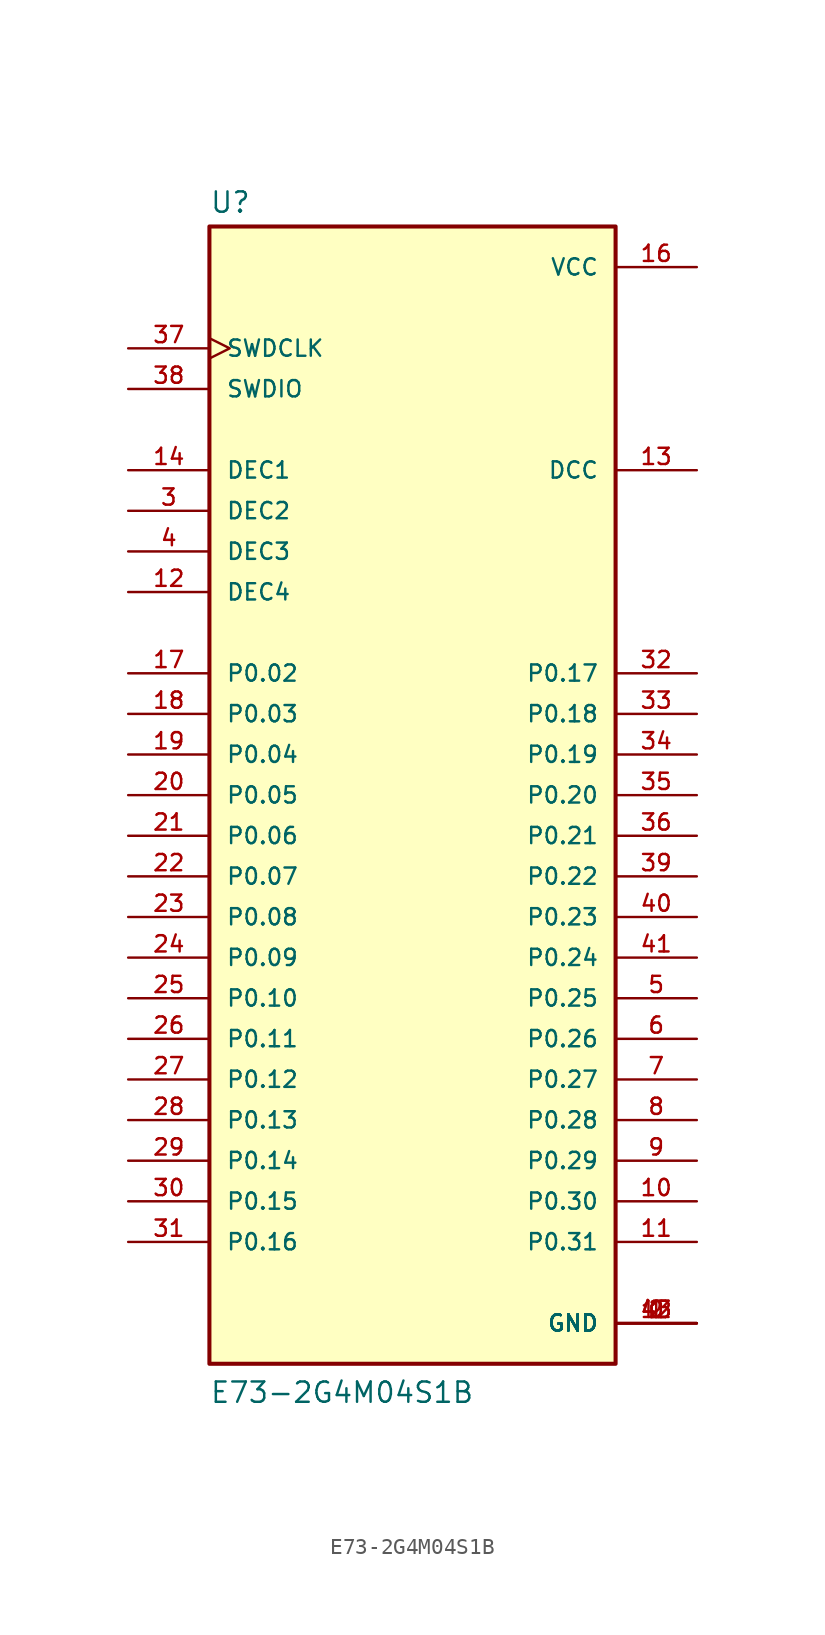
<source format=kicad_sym>
(kicad_symbol_lib
  (version 20211014)
  (generator kicad_symbol_editor)
  (symbol "E73-2G4M04S1B"
    (pin_names
      (offset 1.016))
    (property "Reference" "U"
      (at -12.7 36.322 0)
      (effects (font (size 1.27 1.27)) (justify bottom left)))
    (property "Value" "E73-2G4M04S1B"
      (at -12.7 -38.1 0)
      (effects (font (size 1.27 1.27)) (justify bottom left)))
    (symbol "E73-2G4M04S1B_0_0"
      (rectangle (start -12.7 -35.56) (end 12.7 35.56) (stroke (width 0.254)) (fill (type background)))
      (pin power_in line (at 17.78 -33.02 180.0) (length 5.08) (name "GND" (effects (font (size 1.016 1.016)))) (number "0" (effects (font (size 1.016 1.016)))))
      (pin power_in line (at 17.78 -33.02 180.0) (length 5.08) (name "GND" (effects (font (size 1.016 1.016)))) (number "1" (effects (font (size 1.016 1.016)))))
      (pin power_in line (at 17.78 -33.02 180.0) (length 5.08) (name "GND" (effects (font (size 1.016 1.016)))) (number "2" (effects (font (size 1.016 1.016)))))
      (pin power_in line (at 17.78 -33.02 180.0) (length 5.08) (name "GND" (effects (font (size 1.016 1.016)))) (number "15" (effects (font (size 1.016 1.016)))))
      (pin power_in line (at 17.78 -33.02 180.0) (length 5.08) (name "GND" (effects (font (size 1.016 1.016)))) (number "42" (effects (font (size 1.016 1.016)))))
      (pin power_in line (at 17.78 -33.02 180.0) (length 5.08) (name "GND" (effects (font (size 1.016 1.016)))) (number "43" (effects (font (size 1.016 1.016)))))
      (pin bidirectional line (at -17.78 20.32 0) (length 5.08) (name "DEC1" (effects (font (size 1.016 1.016)))) (number "14" (effects (font (size 1.016 1.016)))))
      (pin input clock (at -17.78 27.94 0) (length 5.08) (name "SWDCLK" (effects (font (size 1.016 1.016)))) (number "37" (effects (font (size 1.016 1.016)))))
      (pin bidirectional line (at -17.78 25.4 0) (length 5.08) (name "SWDIO" (effects (font (size 1.016 1.016)))) (number "38" (effects (font (size 1.016 1.016)))))
      (pin bidirectional line (at -17.78 7.62 0) (length 5.08) (name "P0.02" (effects (font (size 1.016 1.016)))) (number "17" (effects (font (size 1.016 1.016)))))
      (pin bidirectional line (at -17.78 5.08 0) (length 5.08) (name "P0.03" (effects (font (size 1.016 1.016)))) (number "18" (effects (font (size 1.016 1.016)))))
      (pin bidirectional line (at -17.78 2.54 0) (length 5.08) (name "P0.04" (effects (font (size 1.016 1.016)))) (number "19" (effects (font (size 1.016 1.016)))))
      (pin bidirectional line (at -17.78 0.0 0) (length 5.08) (name "P0.05" (effects (font (size 1.016 1.016)))) (number "20" (effects (font (size 1.016 1.016)))))
      (pin bidirectional line (at -17.78 -2.54 0) (length 5.08) (name "P0.06" (effects (font (size 1.016 1.016)))) (number "21" (effects (font (size 1.016 1.016)))))
      (pin bidirectional line (at -17.78 -5.08 0) (length 5.08) (name "P0.07" (effects (font (size 1.016 1.016)))) (number "22" (effects (font (size 1.016 1.016)))))
      (pin bidirectional line (at -17.78 -7.62 0) (length 5.08) (name "P0.08" (effects (font (size 1.016 1.016)))) (number "23" (effects (font (size 1.016 1.016)))))
      (pin bidirectional line (at -17.78 -10.16 0) (length 5.08) (name "P0.09" (effects (font (size 1.016 1.016)))) (number "24" (effects (font (size 1.016 1.016)))))
      (pin bidirectional line (at -17.78 -12.7 0) (length 5.08) (name "P0.10" (effects (font (size 1.016 1.016)))) (number "25" (effects (font (size 1.016 1.016)))))
      (pin bidirectional line (at -17.78 -15.24 0) (length 5.08) (name "P0.11" (effects (font (size 1.016 1.016)))) (number "26" (effects (font (size 1.016 1.016)))))
      (pin bidirectional line (at -17.78 -17.78 0) (length 5.08) (name "P0.12" (effects (font (size 1.016 1.016)))) (number "27" (effects (font (size 1.016 1.016)))))
      (pin bidirectional line (at -17.78 -20.32 0) (length 5.08) (name "P0.13" (effects (font (size 1.016 1.016)))) (number "28" (effects (font (size 1.016 1.016)))))
      (pin bidirectional line (at -17.78 -22.86 0) (length 5.08) (name "P0.14" (effects (font (size 1.016 1.016)))) (number "29" (effects (font (size 1.016 1.016)))))
      (pin bidirectional line (at -17.78 -25.4 0) (length 5.08) (name "P0.15" (effects (font (size 1.016 1.016)))) (number "30" (effects (font (size 1.016 1.016)))))
      (pin bidirectional line (at -17.78 -27.94 0) (length 5.08) (name "P0.16" (effects (font (size 1.016 1.016)))) (number "31" (effects (font (size 1.016 1.016)))))
      (pin bidirectional line (at 17.78 7.62 180.0) (length 5.08) (name "P0.17" (effects (font (size 1.016 1.016)))) (number "32" (effects (font (size 1.016 1.016)))))
      (pin bidirectional line (at 17.78 5.08 180.0) (length 5.08) (name "P0.18" (effects (font (size 1.016 1.016)))) (number "33" (effects (font (size 1.016 1.016)))))
      (pin bidirectional line (at 17.78 2.54 180.0) (length 5.08) (name "P0.19" (effects (font (size 1.016 1.016)))) (number "34" (effects (font (size 1.016 1.016)))))
      (pin bidirectional line (at 17.78 0.0 180.0) (length 5.08) (name "P0.20" (effects (font (size 1.016 1.016)))) (number "35" (effects (font (size 1.016 1.016)))))
      (pin bidirectional line (at 17.78 -2.54 180.0) (length 5.08) (name "P0.21" (effects (font (size 1.016 1.016)))) (number "36" (effects (font (size 1.016 1.016)))))
      (pin bidirectional line (at 17.78 -5.08 180.0) (length 5.08) (name "P0.22" (effects (font (size 1.016 1.016)))) (number "39" (effects (font (size 1.016 1.016)))))
      (pin bidirectional line (at 17.78 -7.62 180.0) (length 5.08) (name "P0.23" (effects (font (size 1.016 1.016)))) (number "40" (effects (font (size 1.016 1.016)))))
      (pin bidirectional line (at 17.78 -10.16 180.0) (length 5.08) (name "P0.24" (effects (font (size 1.016 1.016)))) (number "41" (effects (font (size 1.016 1.016)))))
      (pin bidirectional line (at 17.78 -12.7 180.0) (length 5.08) (name "P0.25" (effects (font (size 1.016 1.016)))) (number "5" (effects (font (size 1.016 1.016)))))
      (pin bidirectional line (at 17.78 -15.24 180.0) (length 5.08) (name "P0.26" (effects (font (size 1.016 1.016)))) (number "6" (effects (font (size 1.016 1.016)))))
      (pin bidirectional line (at 17.78 -17.78 180.0) (length 5.08) (name "P0.27" (effects (font (size 1.016 1.016)))) (number "7" (effects (font (size 1.016 1.016)))))
      (pin bidirectional line (at 17.78 -20.32 180.0) (length 5.08) (name "P0.28" (effects (font (size 1.016 1.016)))) (number "8" (effects (font (size 1.016 1.016)))))
      (pin bidirectional line (at 17.78 -22.86 180.0) (length 5.08) (name "P0.29" (effects (font (size 1.016 1.016)))) (number "9" (effects (font (size 1.016 1.016)))))
      (pin bidirectional line (at 17.78 -25.4 180.0) (length 5.08) (name "P0.30" (effects (font (size 1.016 1.016)))) (number "10" (effects (font (size 1.016 1.016)))))
      (pin bidirectional line (at 17.78 -27.94 180.0) (length 5.08) (name "P0.31" (effects (font (size 1.016 1.016)))) (number "11" (effects (font (size 1.016 1.016)))))
      (pin power_in line (at 17.78 33.02 180.0) (length 5.08) (name "VCC" (effects (font (size 1.016 1.016)))) (number "16" (effects (font (size 1.016 1.016)))))
      (pin bidirectional line (at -17.78 17.78 0) (length 5.08) (name "DEC2" (effects (font (size 1.016 1.016)))) (number "3" (effects (font (size 1.016 1.016)))))
      (pin bidirectional line (at -17.78 15.24 0) (length 5.08) (name "DEC3" (effects (font (size 1.016 1.016)))) (number "4" (effects (font (size 1.016 1.016)))))
      (pin bidirectional line (at -17.78 12.7 0) (length 5.08) (name "DEC4" (effects (font (size 1.016 1.016)))) (number "12" (effects (font (size 1.016 1.016)))))
      (pin output line (at 17.78 20.32 180.0) (length 5.08) (name "DCC" (effects (font (size 1.016 1.016)))) (number "13" (effects (font (size 1.016 1.016))))))))
</source>
